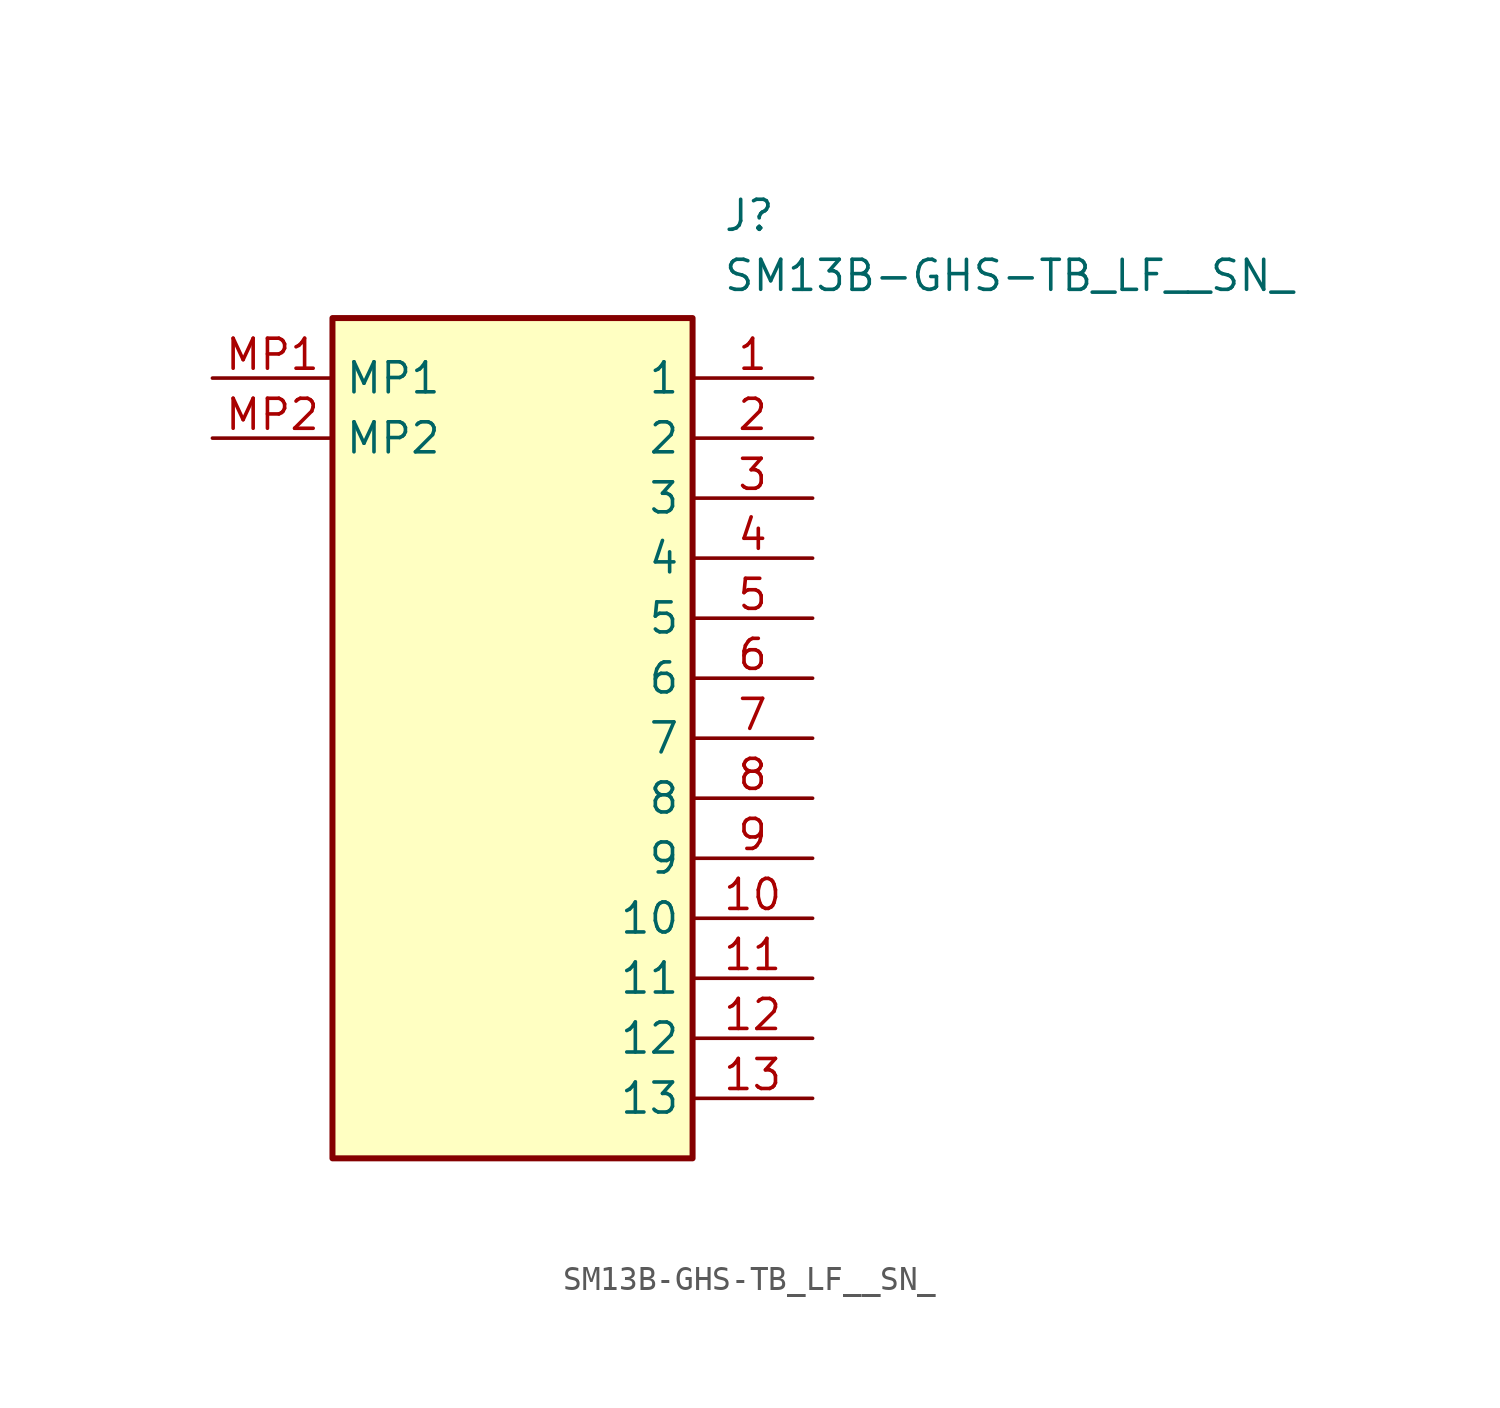
<source format=kicad_sym>
(kicad_symbol_lib
  (version 20211014)
  (generator SamacSys_ECAD_Model)
  (symbol "SM13B-GHS-TB_LF__SN_"
    (property "Reference" "J"
      (at 21.59 7.62 0)
      (effects (font (size 1.27 1.27)) (justify left top)))
    (property "Value" "SM13B-GHS-TB_LF__SN_"
      (at 21.59 5.08 0)
      (effects (font (size 1.27 1.27)) (justify left top)))
    (rectangle
      (start 5.08 2.54)
      (end 20.32 -33.02)
      (stroke (width 0.254) (type default))
      (fill (type background)))
    (pin passive line
      (at 25.4 0 180)
      (length 5.08)
      (name "1" (effects (font (size 1.27 1.27))))
      (number "1" (effects (font (size 1.27 1.27)))))
    (pin passive line
      (at 25.4 -2.54 180)
      (length 5.08)
      (name "2" (effects (font (size 1.27 1.27))))
      (number "2" (effects (font (size 1.27 1.27)))))
    (pin passive line
      (at 25.4 -5.08 180)
      (length 5.08)
      (name "3" (effects (font (size 1.27 1.27))))
      (number "3" (effects (font (size 1.27 1.27)))))
    (pin passive line
      (at 25.4 -7.62 180)
      (length 5.08)
      (name "4" (effects (font (size 1.27 1.27))))
      (number "4" (effects (font (size 1.27 1.27)))))
    (pin passive line
      (at 25.4 -10.16 180)
      (length 5.08)
      (name "5" (effects (font (size 1.27 1.27))))
      (number "5" (effects (font (size 1.27 1.27)))))
    (pin passive line
      (at 25.4 -12.7 180)
      (length 5.08)
      (name "6" (effects (font (size 1.27 1.27))))
      (number "6" (effects (font (size 1.27 1.27)))))
    (pin passive line
      (at 25.4 -15.24 180)
      (length 5.08)
      (name "7" (effects (font (size 1.27 1.27))))
      (number "7" (effects (font (size 1.27 1.27)))))
    (pin passive line
      (at 25.4 -17.78 180)
      (length 5.08)
      (name "8" (effects (font (size 1.27 1.27))))
      (number "8" (effects (font (size 1.27 1.27)))))
    (pin passive line
      (at 25.4 -20.32 180)
      (length 5.08)
      (name "9" (effects (font (size 1.27 1.27))))
      (number "9" (effects (font (size 1.27 1.27)))))
    (pin passive line
      (at 25.4 -22.86 180)
      (length 5.08)
      (name "10" (effects (font (size 1.27 1.27))))
      (number "10" (effects (font (size 1.27 1.27)))))
    (pin passive line
      (at 25.4 -25.4 180)
      (length 5.08)
      (name "11" (effects (font (size 1.27 1.27))))
      (number "11" (effects (font (size 1.27 1.27)))))
    (pin passive line
      (at 25.4 -27.94 180)
      (length 5.08)
      (name "12" (effects (font (size 1.27 1.27))))
      (number "12" (effects (font (size 1.27 1.27)))))
    (pin passive line
      (at 25.4 -30.48 180)
      (length 5.08)
      (name "13" (effects (font (size 1.27 1.27))))
      (number "13" (effects (font (size 1.27 1.27)))))
    (pin passive line
      (at 0 0 0)
      (length 5.08)
      (name "MP1" (effects (font (size 1.27 1.27))))
      (number "MP1" (effects (font (size 1.27 1.27)))))
    (pin passive line
      (at 0 -2.54 0)
      (length 5.08)
      (name "MP2" (effects (font (size 1.27 1.27))))
      (number "MP2" (effects (font (size 1.27 1.27)))))))
</source>
